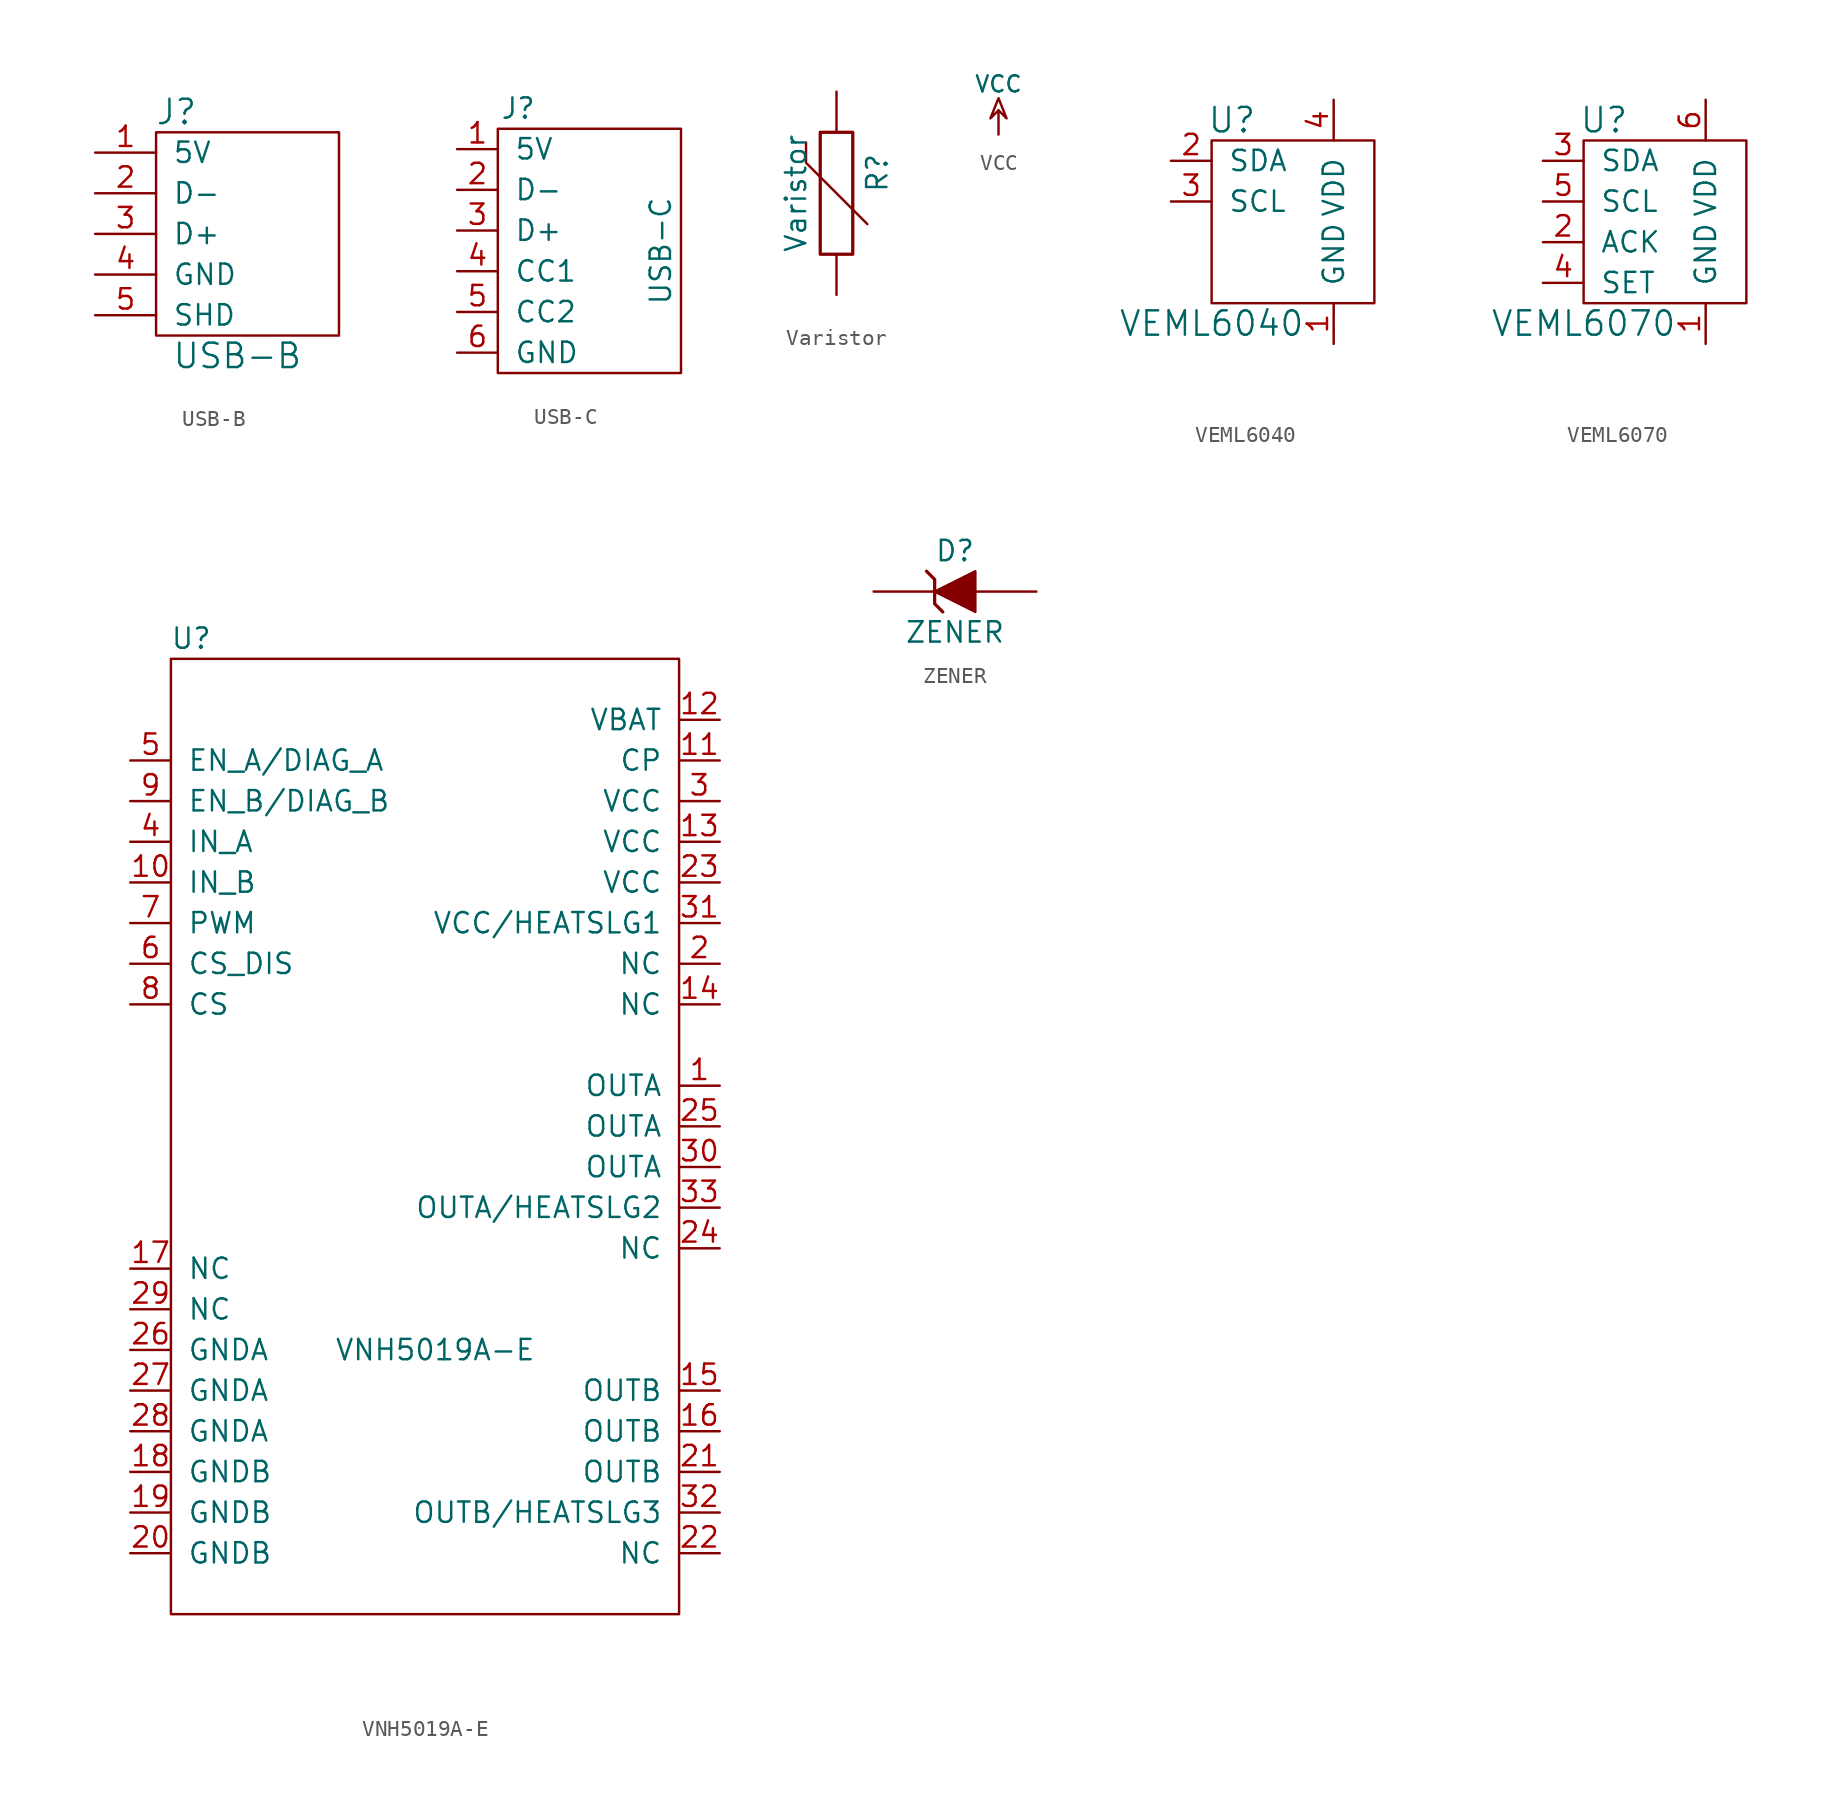
<source format=kicad_sym>
(kicad_symbol_lib
  (version 20211014)
  (generator kicad_symbol_editor)
  (symbol "USB-B"
    (pin_names
      (offset 1.016))
    (property "Reference" "J"
      (at -5.08 7.62 0)
      (effects (font (size 1.524 1.524))))
    (property "Value" "USB-B"
      (at -1.27 -7.62 0)
      (effects (font (size 1.524 1.524))))
    (property "Footprint" ""
      (at 2.54 1.27 0)
      (effects (font (size 1.524 1.524))))
    (property "Datasheet" ""
      (at 2.54 1.27 0)
      (effects (font (size 1.524 1.524))))
    (symbol "USB-B_0_1"
      (rectangle (start -6.35 6.35) (end 5.08 -6.35) (stroke (width 0) (type default) (color 0 0 0 0)) (fill (type none))))
    (symbol "USB-B_1_1"
      (pin passive line (at -10.16 5.08 0) (length 3.81) (name "5V" (effects (font (size 1.27 1.27)))) (number "1" (effects (font (size 1.27 1.27)))))
      (pin passive line (at -10.16 2.54 0) (length 3.81) (name "D-" (effects (font (size 1.27 1.27)))) (number "2" (effects (font (size 1.27 1.27)))))
      (pin passive line (at -10.16 0 0) (length 3.81) (name "D+" (effects (font (size 1.27 1.27)))) (number "3" (effects (font (size 1.27 1.27)))))
      (pin passive line (at -10.16 -2.54 0) (length 3.81) (name "GND" (effects (font (size 1.27 1.27)))) (number "4" (effects (font (size 1.27 1.27)))))
      (pin passive line (at -10.16 -5.08 0) (length 3.81) (name "SHD" (effects (font (size 1.27 1.27)))) (number "5" (effects (font (size 1.27 1.27)))))))
  (symbol "USB-C"
    (pin_names
      (offset 1.016))
    (property "Reference" "J"
      (at -3.81 8.89 0)
      (effects (font (size 1.27 1.27))))
    (property "Value" "USB-C"
      (at 5.08 0 90)
      (effects (font (size 1.27 1.27))))
    (symbol "USB-C_0_1"
      (rectangle (start -5.08 7.62) (end 6.35 -7.62) (stroke (width 0) (type default) (color 0 0 0 0)) (fill (type none))))
    (symbol "USB-C_1_1"
      (pin passive line (at -7.62 6.35 0) (length 2.54) (name "5V" (effects (font (size 1.27 1.27)))) (number "1" (effects (font (size 1.27 1.27)))))
      (pin passive line (at -7.62 3.81 0) (length 2.54) (name "D-" (effects (font (size 1.27 1.27)))) (number "2" (effects (font (size 1.27 1.27)))))
      (pin passive line (at -7.62 1.27 0) (length 2.54) (name "D+" (effects (font (size 1.27 1.27)))) (number "3" (effects (font (size 1.27 1.27)))))
      (pin passive line (at -7.62 -1.27 0) (length 2.54) (name "CC1" (effects (font (size 1.27 1.27)))) (number "4" (effects (font (size 1.27 1.27)))))
      (pin passive line (at -7.62 -3.81 0) (length 2.54) (name "CC2" (effects (font (size 1.27 1.27)))) (number "5" (effects (font (size 1.27 1.27)))))
      (pin passive line (at -7.62 -6.35 0) (length 2.54) (name "GND" (effects (font (size 1.27 1.27)))) (number "6" (effects (font (size 1.27 1.27)))))))
  (symbol "Varistor"
    (pin_numbers hide)
    (pin_names
      (offset 0))
    (property "Reference" "R"
      (at 2.54 1.27 90)
      (effects (font (size 1.27 1.27))))
    (property "Value" "Varistor"
      (at -2.54 0 90)
      (effects (font (size 1.27 1.27))))
    (property "Footprint" ""
      (at 0 0 0)
      (effects (font (size 1.524 1.524))))
    (property "Datasheet" ""
      (at 0 0 0)
      (effects (font (size 1.524 1.524))))
    (symbol "Varistor_0_1"
      (rectangle (start -1.016 3.81) (end 1.016 -3.81) (stroke (width 0.203) (type default) (color 0 0 0 0)) (fill (type none)))
      (polyline (pts (xy -1.905 3.175) (xy -1.905 1.905) (xy 1.905 -1.905) (xy 1.93 -1.93)) (stroke (width 0) (type default) (color 0 0 0 0)) (fill (type none))))
    (symbol "Varistor_1_1"
      (pin passive line (at 0 6.35 270) (length 2.54) (name "~" (effects (font (size 1.524 1.524)))) (number "1" (effects (font (size 1.524 1.524)))))
      (pin passive line (at 0 -6.35 90) (length 2.54) (name "~" (effects (font (size 1.524 1.524)))) (number "2" (effects (font (size 1.524 1.524)))))))
  (symbol "VCC"
    (power)
    (pin_names
      (offset 0))
    (property "Reference" "#PWR"
      (at 0 2.54 0)
      (effects (font (size 1.016 1.016)) hide))
    (property "Value" "VCC"
      (at 0 3.175 0)
      (effects (font (size 1.016 1.016))))
    (property "Footprint" ""
      (at 0 0 0)
      (effects (font (size 1.524 1.524))))
    (property "Datasheet" ""
      (at 0 0 0)
      (effects (font (size 1.524 1.524))))
    (symbol "VCC_0_0"
      (pin power_in line (at 0 0 90) (length 0) hide (name "VCC" (effects (font (size 0.762 0.762)))) (number "1" (effects (font (size 0.762 0.762))))))
    (symbol "VCC_0_1"
      (polyline (pts (xy 0 1.524) (xy 0 0)) (stroke (width 0) (type default) (color 0 0 0 0)) (fill (type none)))
      (polyline (pts (xy 0 1.524) (xy 0.508 1.016) (xy 0 2.286) (xy -0.508 1.016) (xy 0 1.524) (xy 0 1.524)) (stroke (width 0) (type default) (color 0 0 0 0)) (fill (type none)))))
  (symbol "VEML6040"
    (pin_names
      (offset 1.016))
    (property "Reference" "U"
      (at -3.81 6.35 0)
      (effects (font (size 1.524 1.524))))
    (property "Value" "VEML6040"
      (at -5.08 -6.35 0)
      (effects (font (size 1.524 1.524))))
    (property "Footprint" ""
      (at -10.16 -10.16 0)
      (effects (font (size 1.524 1.524))))
    (property "Datasheet" ""
      (at -10.16 -10.16 0)
      (effects (font (size 1.524 1.524))))
    (symbol "VEML6040_0_1"
      (rectangle (start -5.08 5.08) (end 5.08 -5.08) (stroke (width 0) (type default) (color 0 0 0 0)) (fill (type none))))
    (symbol "VEML6040_1_1"
      (pin passive line (at 2.54 -7.62 90) (length 2.54) (name "GND" (effects (font (size 1.27 1.27)))) (number "1" (effects (font (size 1.27 1.27)))))
      (pin passive line (at -7.62 3.81 0) (length 2.54) (name "SDA" (effects (font (size 1.27 1.27)))) (number "2" (effects (font (size 1.27 1.27)))))
      (pin passive line (at -7.62 1.27 0) (length 2.54) (name "SCL" (effects (font (size 1.27 1.27)))) (number "3" (effects (font (size 1.27 1.27)))))
      (pin passive line (at 2.54 7.62 270) (length 2.54) (name "VDD" (effects (font (size 1.27 1.27)))) (number "4" (effects (font (size 1.27 1.27)))))))
  (symbol "VEML6070"
    (pin_names
      (offset 1.016))
    (property "Reference" "U"
      (at 6.35 16.51 0)
      (effects (font (size 1.524 1.524))))
    (property "Value" "VEML6070"
      (at 5.08 3.81 0)
      (effects (font (size 1.524 1.524))))
    (property "Footprint" ""
      (at 0 0 0)
      (effects (font (size 1.524 1.524))))
    (property "Datasheet" ""
      (at 0 0 0)
      (effects (font (size 1.524 1.524))))
    (symbol "VEML6070_0_1"
      (rectangle (start 5.08 15.24) (end 15.24 5.08) (stroke (width 0) (type default) (color 0 0 0 0)) (fill (type none))))
    (symbol "VEML6070_1_1"
      (pin input line (at 12.7 2.54 90) (length 2.54) (name "GND" (effects (font (size 1.27 1.27)))) (number "1" (effects (font (size 1.27 1.27)))))
      (pin input line (at 2.54 8.89 0) (length 2.54) (name "ACK" (effects (font (size 1.27 1.27)))) (number "2" (effects (font (size 1.27 1.27)))))
      (pin input line (at 2.54 13.97 0) (length 2.54) (name "SDA" (effects (font (size 1.27 1.27)))) (number "3" (effects (font (size 1.27 1.27)))))
      (pin input line (at 2.54 6.35 0) (length 2.54) (name "SET" (effects (font (size 1.27 1.27)))) (number "4" (effects (font (size 1.27 1.27)))))
      (pin input line (at 2.54 11.43 0) (length 2.54) (name "SCL" (effects (font (size 1.27 1.27)))) (number "5" (effects (font (size 1.27 1.27)))))
      (pin input line (at 12.7 17.78 270) (length 2.54) (name "VDD" (effects (font (size 1.27 1.27)))) (number "6" (effects (font (size 1.27 1.27)))))))
  (symbol "VNH5019A-E"
    (pin_names
      (offset 1.016))
    (property "Reference" "U"
      (at -13.97 33.02 0)
      (effects (font (size 1.27 1.27))))
    (property "Value" "VNH5019A-E"
      (at 1.27 -11.43 0)
      (effects (font (size 1.27 1.27))))
    (symbol "VNH5019A-E_0_1"
      (rectangle (start -15.24 31.75) (end 16.51 -27.94) (stroke (width 0) (type default) (color 0 0 0 0)) (fill (type none))))
    (symbol "VNH5019A-E_1_1"
      (pin input line (at 19.05 5.08 180) (length 2.54) (name "OUTA" (effects (font (size 1.27 1.27)))) (number "1" (effects (font (size 1.27 1.27)))))
      (pin input line (at -17.78 17.78 0) (length 2.54) (name "IN_B" (effects (font (size 1.27 1.27)))) (number "10" (effects (font (size 1.27 1.27)))))
      (pin input line (at 19.05 25.4 180) (length 2.54) (name "CP" (effects (font (size 1.27 1.27)))) (number "11" (effects (font (size 1.27 1.27)))))
      (pin input line (at 19.05 27.94 180) (length 2.54) (name "VBAT" (effects (font (size 1.27 1.27)))) (number "12" (effects (font (size 1.27 1.27)))))
      (pin input line (at 19.05 20.32 180) (length 2.54) (name "VCC" (effects (font (size 1.27 1.27)))) (number "13" (effects (font (size 1.27 1.27)))))
      (pin input line (at 19.05 10.16 180) (length 2.54) (name "NC" (effects (font (size 1.27 1.27)))) (number "14" (effects (font (size 1.27 1.27)))))
      (pin input line (at 19.05 -13.97 180) (length 2.54) (name "OUTB" (effects (font (size 1.27 1.27)))) (number "15" (effects (font (size 1.27 1.27)))))
      (pin input line (at 19.05 -16.51 180) (length 2.54) (name "OUTB" (effects (font (size 1.27 1.27)))) (number "16" (effects (font (size 1.27 1.27)))))
      (pin input line (at -17.78 -6.35 0) (length 2.54) (name "NC" (effects (font (size 1.27 1.27)))) (number "17" (effects (font (size 1.27 1.27)))))
      (pin input line (at -17.78 -19.05 0) (length 2.54) (name "GNDB" (effects (font (size 1.27 1.27)))) (number "18" (effects (font (size 1.27 1.27)))))
      (pin input line (at -17.78 -21.59 0) (length 2.54) (name "GNDB" (effects (font (size 1.27 1.27)))) (number "19" (effects (font (size 1.27 1.27)))))
      (pin input line (at 19.05 12.7 180) (length 2.54) (name "NC" (effects (font (size 1.27 1.27)))) (number "2" (effects (font (size 1.27 1.27)))))
      (pin input line (at -17.78 -24.13 0) (length 2.54) (name "GNDB" (effects (font (size 1.27 1.27)))) (number "20" (effects (font (size 1.27 1.27)))))
      (pin input line (at 19.05 -19.05 180) (length 2.54) (name "OUTB" (effects (font (size 1.27 1.27)))) (number "21" (effects (font (size 1.27 1.27)))))
      (pin input line (at 19.05 -24.13 180) (length 2.54) (name "NC" (effects (font (size 1.27 1.27)))) (number "22" (effects (font (size 1.27 1.27)))))
      (pin input line (at 19.05 17.78 180) (length 2.54) (name "VCC" (effects (font (size 1.27 1.27)))) (number "23" (effects (font (size 1.27 1.27)))))
      (pin input line (at 19.05 -5.08 180) (length 2.54) (name "NC" (effects (font (size 1.27 1.27)))) (number "24" (effects (font (size 1.27 1.27)))))
      (pin input line (at 19.05 2.54 180) (length 2.54) (name "OUTA" (effects (font (size 1.27 1.27)))) (number "25" (effects (font (size 1.27 1.27)))))
      (pin input line (at -17.78 -11.43 0) (length 2.54) (name "GNDA" (effects (font (size 1.27 1.27)))) (number "26" (effects (font (size 1.27 1.27)))))
      (pin input line (at -17.78 -13.97 0) (length 2.54) (name "GNDA" (effects (font (size 1.27 1.27)))) (number "27" (effects (font (size 1.27 1.27)))))
      (pin input line (at -17.78 -16.51 0) (length 2.54) (name "GNDA" (effects (font (size 1.27 1.27)))) (number "28" (effects (font (size 1.27 1.27)))))
      (pin input line (at -17.78 -8.89 0) (length 2.54) (name "NC" (effects (font (size 1.27 1.27)))) (number "29" (effects (font (size 1.27 1.27)))))
      (pin input line (at 19.05 22.86 180) (length 2.54) (name "VCC" (effects (font (size 1.27 1.27)))) (number "3" (effects (font (size 1.27 1.27)))))
      (pin input line (at 19.05 0 180) (length 2.54) (name "OUTA" (effects (font (size 1.27 1.27)))) (number "30" (effects (font (size 1.27 1.27)))))
      (pin input line (at 19.05 15.24 180) (length 2.54) (name "VCC/HEATSLG1" (effects (font (size 1.27 1.27)))) (number "31" (effects (font (size 1.27 1.27)))))
      (pin input line (at 19.05 -21.59 180) (length 2.54) (name "OUTB/HEATSLG3" (effects (font (size 1.27 1.27)))) (number "32" (effects (font (size 1.27 1.27)))))
      (pin input line (at 19.05 -2.54 180) (length 2.54) (name "OUTA/HEATSLG2" (effects (font (size 1.27 1.27)))) (number "33" (effects (font (size 1.27 1.27)))))
      (pin input line (at -17.78 20.32 0) (length 2.54) (name "IN_A" (effects (font (size 1.27 1.27)))) (number "4" (effects (font (size 1.27 1.27)))))
      (pin input line (at -17.78 25.4 0) (length 2.54) (name "EN_A/DIAG_A" (effects (font (size 1.27 1.27)))) (number "5" (effects (font (size 1.27 1.27)))))
      (pin input line (at -17.78 12.7 0) (length 2.54) (name "CS_DIS" (effects (font (size 1.27 1.27)))) (number "6" (effects (font (size 1.27 1.27)))))
      (pin input line (at -17.78 15.24 0) (length 2.54) (name "PWM" (effects (font (size 1.27 1.27)))) (number "7" (effects (font (size 1.27 1.27)))))
      (pin input line (at -17.78 10.16 0) (length 2.54) (name "CS" (effects (font (size 1.27 1.27)))) (number "8" (effects (font (size 1.27 1.27)))))
      (pin input line (at -17.78 22.86 0) (length 2.54) (name "EN_B/DIAG_B" (effects (font (size 1.27 1.27)))) (number "9" (effects (font (size 1.27 1.27)))))))
  (symbol "ZENER"
    (pin_numbers hide)
    (pin_names
      (offset 1.016) hide)
    (property "Reference" "D"
      (at 0 2.54 0)
      (effects (font (size 1.27 1.27))))
    (property "Value" "ZENER"
      (at 0 -2.54 0)
      (effects (font (size 1.27 1.27))))
    (property "Footprint" ""
      (at 0 0 0)
      (effects (font (size 1.27 1.27))))
    (property "Datasheet" ""
      (at 0 0 0)
      (effects (font (size 1.27 1.27))))
    (symbol "ZENER_0_1"
      (polyline (pts (xy -1.778 1.27) (xy -1.27 0.762) (xy -1.27 -0.762) (xy -0.762 -1.27) (xy -0.762 -1.27)) (stroke (width 0.203) (type default) (color 0 0 0 0)) (fill (type none)))
      (polyline (pts (xy -1.27 0) (xy 1.27 1.27) (xy 1.27 -1.27) (xy -1.27 0) (xy -1.27 0)) (stroke (width 0) (type default) (color 0 0 0 0)) (fill (type outline))))
    (symbol "ZENER_1_1"
      (pin passive line (at 5.08 0 180) (length 3.81) (name "A" (effects (font (size 1.27 1.27)))) (number "1" (effects (font (size 1.27 1.27)))))
      (pin passive line (at -5.08 0 0) (length 3.81) (name "K" (effects (font (size 1.27 1.27)))) (number "2" (effects (font (size 1.27 1.27))))))))
</source>
